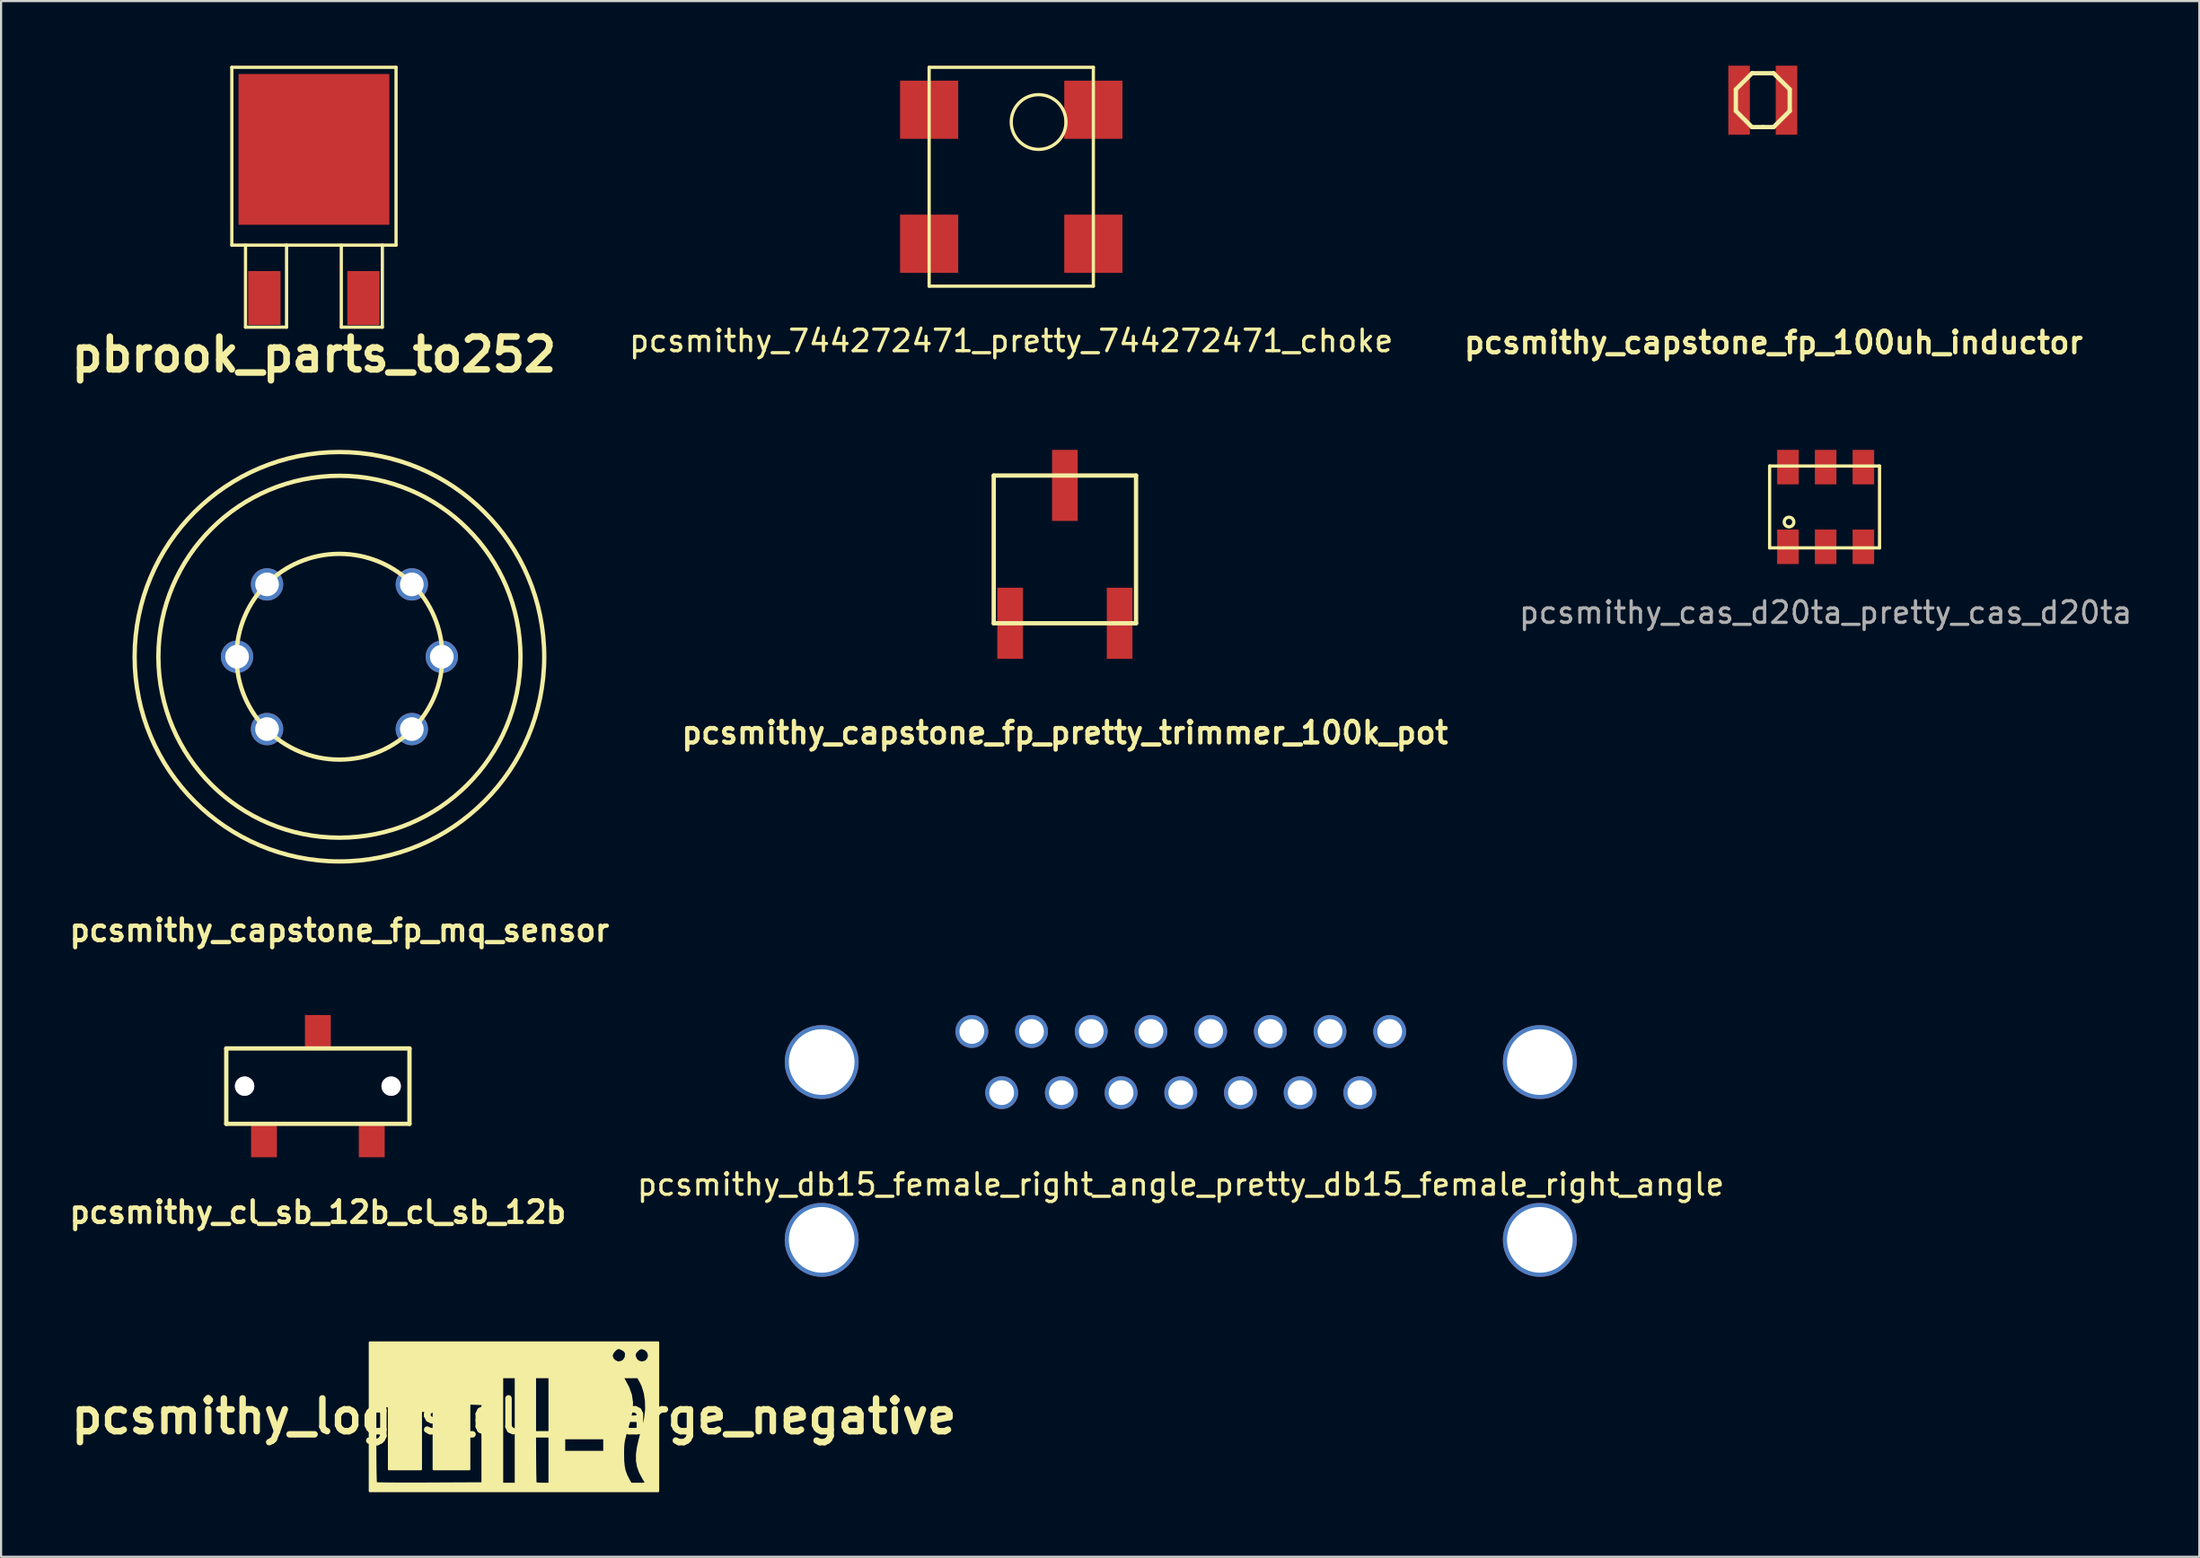
<source format=kicad_pcb>
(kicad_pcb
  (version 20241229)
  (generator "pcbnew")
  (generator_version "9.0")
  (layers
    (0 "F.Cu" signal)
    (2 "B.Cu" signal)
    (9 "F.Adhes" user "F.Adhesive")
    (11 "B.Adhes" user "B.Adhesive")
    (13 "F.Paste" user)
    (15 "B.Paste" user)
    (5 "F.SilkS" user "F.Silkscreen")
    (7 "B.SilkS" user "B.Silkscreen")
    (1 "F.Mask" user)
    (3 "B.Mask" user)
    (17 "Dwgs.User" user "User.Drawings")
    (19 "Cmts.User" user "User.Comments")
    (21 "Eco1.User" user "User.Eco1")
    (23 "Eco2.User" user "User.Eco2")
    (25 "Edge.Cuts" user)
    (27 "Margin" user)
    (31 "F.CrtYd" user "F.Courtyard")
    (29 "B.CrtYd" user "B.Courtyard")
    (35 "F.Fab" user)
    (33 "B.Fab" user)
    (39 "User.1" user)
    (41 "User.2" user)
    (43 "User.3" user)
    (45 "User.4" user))
  (footprint "pcsmithy_capstone_fp_pretty_trimmer_100k_pot"
    (layer "F.Cu")
    (at 43.822 25.886)
    (property "Reference" "pcsmithy_capstone_fp_pretty_trimmer_100k_pot" (at 2.54 5.08 0) (layer "F.SilkS") (effects (font (size 1 1) (thickness 0.2))))
    (attr through_hole)
    (fp_line (start -0.762 -6.858) (end 5.842 -6.858) (stroke (width 0.2) (type solid)) (layer "F.SilkS"))
    (fp_line (start -0.762 0) (end -0.762 -6.858) (stroke (width 0.2) (type solid)) (layer "F.SilkS"))
    (fp_line (start -0.762 0) (end 5.842 0) (stroke (width 0.2) (type solid)) (layer "F.SilkS"))
    (fp_line (start 5.842 0) (end 5.842 -6.858) (stroke (width 0.2) (type solid)) (layer "F.SilkS"))
    (pad "1" smd rect (at 0 0) (size 1.19 3.3) (layers "F.Cu" "F.Mask" "F.Paste"))
    (pad "2" smd rect (at 2.54 -6.4) (size 1.19 3.3) (layers "F.Cu" "F.Mask" "F.Paste"))
    (pad "3" smd rect (at 5.08 0) (size 1.19 3.3) (layers "F.Cu" "F.Mask" "F.Paste")))
  (footprint "pcsmithy_logos_ell_i_large_negative"
    (layer "F.Cu")
    (at 20.799 62.706)
    (property "Reference" "pcsmithy_logos_ell_i_large_negative" (at 0 0 0) (layer "F.SilkS") (effects (font (size 1.524 1.524) (thickness 0.3))))
    (attr through_hole)
    (fp_poly (pts (xy 6.689 3.471) (xy 6.265 3.471) (xy 6.265 -2.86) (xy 6.217 -2.997) (xy 6.114 -3.104) (xy 5.981 -3.159) (xy 5.883 -3.165) (xy 5.801 -3.13) (xy 5.712 -3.051) (xy 5.627 -2.954) (xy 5.597 -2.872) (xy 5.604 -2.782) (xy 5.669 -2.633) (xy 5.783 -2.536) (xy 5.924 -2.498) (xy 6.07 -2.525) (xy 6.167 -2.59) (xy 6.251 -2.718) (xy 6.265 -2.86) (xy 6.265 3.471) (xy 6.138 3.471) (xy 6.138 3.117) (xy 6.118 3.075) (xy 6.066 2.982) (xy 5.997 2.866) (xy 5.854 2.598) (xy 5.759 2.338) (xy 5.711 2.07) (xy 5.708 1.781) (xy 5.75 1.454) (xy 5.837 1.074) (xy 5.875 0.931) (xy 5.941 0.691) (xy 6.002 0.458) (xy 6.052 0.253) (xy 6.086 0.099) (xy 6.093 0.066) (xy 6.136 -0.323) (xy 6.127 -0.715) (xy 6.071 -1.088) (xy 5.968 -1.421) (xy 5.882 -1.598) (xy 5.756 -1.82) (xy 5.393 -1.82) (xy 5.201 -1.82) (xy 5.201 -2.91) (xy 5.181 -2.983) (xy 5.12 -3.054) (xy 5.014 -3.123) (xy 4.898 -3.168) (xy 4.846 -3.175) (xy 4.756 -3.14) (xy 4.658 -3.055) (xy 4.575 -2.945) (xy 4.532 -2.838) (xy 4.53 -2.816) (xy 4.568 -2.687) (xy 4.664 -2.576) (xy 4.795 -2.508) (xy 4.868 -2.498) (xy 5.017 -2.537) (xy 5.103 -2.602) (xy 5.191 -2.745) (xy 5.201 -2.91) (xy 5.201 -1.82) (xy 5.031 -1.82) (xy 5.116 -1.683) (xy 5.307 -1.324) (xy 5.426 -0.982) (xy 5.474 -0.642) (xy 5.46 -0.31) (xy 5.437 -0.175) (xy 5.394 0.019) (xy 5.336 0.248) (xy 5.27 0.491) (xy 5.245 0.579) (xy 5.173 0.825) (xy 5.123 1.015) (xy 5.091 1.171) (xy 5.072 1.318) (xy 5.063 1.479) (xy 5.06 1.679) (xy 5.06 1.757) (xy 5.066 2.073) (xy 5.091 2.327) (xy 5.137 2.543) (xy 5.212 2.744) (xy 5.318 2.951) (xy 5.319 2.953) (xy 5.422 3.133) (xy 5.78 3.133) (xy 5.942 3.131) (xy 6.066 3.126) (xy 6.132 3.12) (xy 6.138 3.117) (xy 6.138 3.471) (xy 4.191 3.471) (xy 4.191 1.651) (xy 4.191 1.333) (xy 4.191 1.016) (xy 3.26 1.016) (xy 2.328 1.016) (xy 2.328 1.333) (xy 2.328 1.651) (xy 3.26 1.651) (xy 4.191 1.651) (xy 4.191 3.471) (xy 1.651 3.471) (xy 1.651 3.133) (xy 1.651 0.656) (xy 1.651 -1.82) (xy 1.312 -1.82) (xy 0.974 -1.82) (xy 0.974 0.628) (xy 0.974 1.076) (xy 0.976 1.498) (xy 0.978 1.887) (xy 0.981 2.235) (xy 0.984 2.536) (xy 0.988 2.78) (xy 0.993 2.962) (xy 0.998 3.072) (xy 1.002 3.104) (xy 1.055 3.118) (xy 1.17 3.128) (xy 1.322 3.133) (xy 1.341 3.133) (xy 1.651 3.133) (xy 1.651 3.471) (xy 0.085 3.471) (xy 0.085 3.133) (xy 0.085 0.656) (xy 0.085 -1.82) (xy -0.233 -1.82) (xy -0.55 -1.82) (xy -0.55 0.656) (xy -0.55 3.133) (xy -0.233 3.133) (xy 0.085 3.133) (xy 0.085 3.471) (xy 0 3.471) (xy -1.46 3.471) (xy -1.46 3.111) (xy -1.46 1.27) (xy -1.46 -0.572) (xy -1.767 -0.584) (xy -2.074 -0.596) (xy -2.074 0.929) (xy -2.074 2.455) (xy -2.9 2.455) (xy -3.725 2.455) (xy -3.725 1.101) (xy -3.725 -0.254) (xy -4.022 -0.254) (xy -4.318 -0.254) (xy -4.318 1.101) (xy -4.318 2.455) (xy -5.059 2.455) (xy -5.8 2.455) (xy -5.8 0.995) (xy -5.8 -0.466) (xy -6.117 -0.466) (xy -6.435 -0.466) (xy -6.435 1.305) (xy -6.434 1.685) (xy -6.432 2.037) (xy -6.429 2.355) (xy -6.425 2.628) (xy -6.42 2.848) (xy -6.415 3.005) (xy -6.409 3.091) (xy -6.406 3.105) (xy -6.36 3.11) (xy -6.236 3.114) (xy -6.043 3.118) (xy -5.788 3.121) (xy -5.478 3.123) (xy -5.122 3.124) (xy -4.726 3.124) (xy -4.299 3.124) (xy -3.919 3.122) (xy -1.46 3.111) (xy -1.46 3.471) (xy -6.689 3.471) (xy -6.689 0.021) (xy -6.689 -3.429) (xy 0 -3.429) (xy 6.689 -3.429) (xy 6.689 0.021) (xy 6.689 3.471)) (stroke (width 0.1) (type solid)) (fill yes) (layer "F.SilkS")))
  (footprint "pcsmithy_db15_female_right_angle_pretty_db15_female_right_angle"
    (layer "F.Cu")
    (at 51.739 44.838)
    (property "Reference" "pcsmithy_db15_female_right_angle_pretty_db15_female_right_angle" (at 0 7.1 0) (layer "F.SilkS") (effects (font (size 1 1) (thickness 0.15))))
    (attr through_hole)
    (pad "" thru_hole circle (at -16.662 1.42) (size 3.429 3.429) (drill 3.048) (layers "*.Cu" "*.Mask"))
    (pad "" thru_hole circle (at -16.662 9.675) (size 3.429 3.429) (drill 3.048) (layers "*.Cu" "*.Mask"))
    (pad "" thru_hole circle (at 16.662 1.42) (size 3.429 3.429) (drill 3.048) (layers "*.Cu" "*.Mask"))
    (pad "" thru_hole circle (at 16.662 9.675) (size 3.429 3.429) (drill 3.048) (layers "*.Cu" "*.Mask"))
    (pad "1" thru_hole circle (at 9.695 0) (size 1.524 1.524) (drill 1.15) (layers "*.Cu" "*.Mask"))
    (pad "2" thru_hole circle (at 6.925 0) (size 1.524 1.524) (drill 1.15) (layers "*.Cu" "*.Mask"))
    (pad "3" thru_hole circle (at 4.155 0) (size 1.524 1.524) (drill 1.15) (layers "*.Cu" "*.Mask"))
    (pad "4" thru_hole circle (at 1.385 0) (size 1.524 1.524) (drill 1.15) (layers "*.Cu" "*.Mask"))
    (pad "5" thru_hole circle (at -1.385 0) (size 1.524 1.524) (drill 1.15) (layers "*.Cu" "*.Mask"))
    (pad "6" thru_hole circle (at -4.155 0) (size 1.524 1.524) (drill 1.15) (layers "*.Cu" "*.Mask"))
    (pad "7" thru_hole circle (at -6.925 0) (size 1.524 1.524) (drill 1.15) (layers "*.Cu" "*.Mask"))
    (pad "8" thru_hole circle (at -9.695 0) (size 1.524 1.524) (drill 1.15) (layers "*.Cu" "*.Mask"))
    (pad "9" thru_hole circle (at 8.31 2.84) (size 1.524 1.524) (drill 1.15) (layers "*.Cu" "*.Mask"))
    (pad "10" thru_hole circle (at 5.54 2.84) (size 1.524 1.524) (drill 1.15) (layers "*.Cu" "*.Mask"))
    (pad "11" thru_hole circle (at 2.77 2.84) (size 1.524 1.524) (drill 1.15) (layers "*.Cu" "*.Mask"))
    (pad "12" thru_hole circle (at 0 2.84) (size 1.524 1.524) (drill 1.15) (layers "*.Cu" "*.Mask"))
    (pad "13" thru_hole circle (at -2.77 2.84) (size 1.524 1.524) (drill 1.15) (layers "*.Cu" "*.Mask"))
    (pad "14" thru_hole circle (at -5.54 2.84) (size 1.524 1.524) (drill 1.15) (layers "*.Cu" "*.Mask"))
    (pad "15" thru_hole circle (at -8.31 2.84) (size 1.524 1.524) (drill 1.15) (layers "*.Cu" "*.Mask")))
  (footprint "pbrook_parts_to252"
    (layer "F.Cu")
    (at 11.517 3.885)
    (property "Reference" "pbrook_parts_to252" (at 0 9.525 0) (layer "F.SilkS") (effects (font (size 1.524 1.524) (thickness 0.305))))
    (attr through_hole)
    (fp_line (start -3.81 -3.81) (end 3.81 -3.81) (stroke (width 0.15) (type solid)) (layer "F.SilkS"))
    (fp_line (start -3.81 4.445) (end -3.81 -3.81) (stroke (width 0.15) (type solid)) (layer "F.SilkS"))
    (fp_line (start -3.175 4.445) (end -3.175 8.255) (stroke (width 0.15) (type solid)) (layer "F.SilkS"))
    (fp_line (start -3.175 8.255) (end -1.27 8.255) (stroke (width 0.15) (type solid)) (layer "F.SilkS"))
    (fp_line (start -1.27 8.255) (end -1.27 4.445) (stroke (width 0.15) (type solid)) (layer "F.SilkS"))
    (fp_line (start 1.27 4.445) (end 1.27 8.255) (stroke (width 0.15) (type solid)) (layer "F.SilkS"))
    (fp_line (start 1.27 8.255) (end 3.175 8.255) (stroke (width 0.15) (type solid)) (layer "F.SilkS"))
    (fp_line (start 3.175 8.255) (end 3.175 4.445) (stroke (width 0.15) (type solid)) (layer "F.SilkS"))
    (fp_line (start 3.81 -3.81) (end 3.81 4.445) (stroke (width 0.15) (type solid)) (layer "F.SilkS"))
    (fp_line (start 3.81 4.445) (end -3.81 4.445) (stroke (width 0.15) (type solid)) (layer "F.SilkS"))
    (pad "D" smd rect (at 0 0) (size 7 7) (layers "F.Cu" "F.Mask" "F.Paste"))
    (pad "G" smd rect (at -2.3 6.9) (size 1.5 2.5) (layers "F.Cu" "F.Mask" "F.Paste"))
    (pad "S" smd rect (at 2.3 6.9) (size 1.5 2.5) (layers "F.Cu" "F.Mask" "F.Paste")))
  (footprint "pcsmithy_capstone_fp_mq_sensor"
    (layer "F.Cu")
    (at 12.7 27.44)
    (property "Reference" "pcsmithy_capstone_fp_mq_sensor" (at 0 12.7 0) (layer "F.SilkS") (effects (font (size 1 1) (thickness 0.2))))
    (attr through_hole)
    (fp_circle (center 0 0) (end 4.75 -0.5) (stroke (width 0.2) (type solid)) (fill no) (layer "F.SilkS"))
    (fp_circle (center 0 0) (end 8.4 -0.1) (stroke (width 0.2) (type solid)) (fill no) (layer "F.SilkS"))
    (fp_circle (center 0 0) (end 9.5 0.25) (stroke (width 0.2) (type solid)) (fill no) (layer "F.SilkS"))
    (pad "1" thru_hole circle (at -3.359 -3.359) (size 1.5 1.5) (drill 1.1) (layers "*.Cu" "*.Mask"))
    (pad "2" thru_hole circle (at -4.75 0) (size 1.5 1.5) (drill 1.1) (layers "*.Cu" "*.Mask"))
    (pad "3" thru_hole circle (at -3.359 3.359) (size 1.5 1.5) (drill 1.1) (layers "*.Cu" "*.Mask"))
    (pad "4" thru_hole circle (at 3.359 3.359) (size 1.5 1.5) (drill 1.1) (layers "*.Cu" "*.Mask"))
    (pad "5" thru_hole circle (at 4.75 0) (size 1.5 1.5) (drill 1.1) (layers "*.Cu" "*.Mask"))
    (pad "6" thru_hole circle (at 3.359 -3.359) (size 1.5 1.5) (drill 1.1) (layers "*.Cu" "*.Mask")))
  (footprint "pcsmithy_744272471_pretty_744272471_choke"
    (layer "F.Cu")
    (at 43.873 5.155)
    (property "Reference" "pcsmithy_744272471_pretty_744272471_choke" (at 0 7.62 0) (layer "F.SilkS") (effects (font (size 1 1) (thickness 0.15))))
    (attr through_hole)
    (fp_line (start -3.81 -5.08) (end -3.81 5.08) (stroke (width 0.15) (type solid)) (layer "F.SilkS"))
    (fp_line (start -3.81 5.08) (end 3.81 5.08) (stroke (width 0.15) (type solid)) (layer "F.SilkS"))
    (fp_line (start 3.81 -5.08) (end -3.81 -5.08) (stroke (width 0.15) (type solid)) (layer "F.SilkS"))
    (fp_line (start 3.81 5.08) (end 3.81 -5.08) (stroke (width 0.15) (type solid)) (layer "F.SilkS"))
    (fp_circle (center 1.27 -2.54) (end 1.27 -1.27) (stroke (width 0.15) (type solid)) (fill no) (layer "F.SilkS"))
    (pad "1" smd rect (at 3.81 -3.11) (size 2.7 2.7) (layers "F.Cu" "F.Mask" "F.Paste"))
    (pad "2" smd rect (at -3.81 -3.11) (size 2.7 2.7) (layers "F.Cu" "F.Mask" "F.Paste"))
    (pad "3" smd rect (at -3.81 3.11) (size 2.7 2.7) (layers "F.Cu" "F.Mask" "F.Paste"))
    (pad "4" smd rect (at 3.81 3.11) (size 2.7 2.7) (layers "F.Cu" "F.Mask" "F.Paste")))
  (footprint "pcsmithy_cl_sb_12b_cl_sb_12b"
    (layer "F.Cu")
    (at 11.7 47.376)
    (property "Reference" "pcsmithy_cl_sb_12b_cl_sb_12b" (at 0 5.85 0) (layer "F.SilkS") (effects (font (size 1 1) (thickness 0.2))))
    (attr through_hole)
    (fp_line (start -4.25 -1.75) (end 4.25 -1.75) (stroke (width 0.2) (type solid)) (layer "F.SilkS"))
    (fp_line (start -4.25 1.75) (end -4.25 -1.75) (stroke (width 0.2) (type solid)) (layer "F.SilkS"))
    (fp_line (start 4.25 -1.75) (end 4.25 1.75) (stroke (width 0.2) (type solid)) (layer "F.SilkS"))
    (fp_line (start 4.25 1.75) (end -4.25 1.75) (stroke (width 0.2) (type solid)) (layer "F.SilkS"))
    (pad "" thru_hole circle (at -3.4 0) (size 0.9 0.9) (drill 0.9) (layers "*.Cu" "*.Mask"))
    (pad "" thru_hole circle (at 3.4 0) (size 0.9 0.9) (drill 0.9) (layers "*.Cu" "*.Mask"))
    (pad "1" smd rect (at -2.5 2.5) (size 1.2 1.6) (layers "F.Cu" "F.Mask" "F.Paste"))
    (pad "2" smd rect (at 0 -2.5) (size 1.2 1.6) (layers "F.Cu" "F.Mask" "F.Paste"))
    (pad "3" smd rect (at 2.5 2.5) (size 1.2 1.6) (layers "F.Cu" "F.Mask" "F.Paste")))
  (footprint "pcsmithy_capstone_fp_100uh_inductor"
    (layer "F.Cu")
    (at 78.746 1.6)
    (property "Reference" "pcsmithy_capstone_fp_100uh_inductor" (at 0.5 11.25 0) (layer "F.SilkS") (effects (font (size 1 1) (thickness 0.2))))
    (attr through_hole)
    (fp_line (start -1.25 -0.5) (end -0.5 -1.25) (stroke (width 0.2) (type solid)) (layer "F.SilkS"))
    (fp_line (start -1.25 0.5) (end -1.25 -0.5) (stroke (width 0.2) (type solid)) (layer "F.SilkS"))
    (fp_line (start -0.5 -1.25) (end 0.5 -1.25) (stroke (width 0.2) (type solid)) (layer "F.SilkS"))
    (fp_line (start -0.5 1.25) (end -1.25 0.5) (stroke (width 0.2) (type solid)) (layer "F.SilkS"))
    (fp_line (start 0 1.25) (end -0.5 1.25) (stroke (width 0.2) (type solid)) (layer "F.SilkS"))
    (fp_line (start 0.5 -1.25) (end 1.25 -0.5) (stroke (width 0.2) (type solid)) (layer "F.SilkS"))
    (fp_line (start 0.5 1.25) (end 0 1.25) (stroke (width 0.2) (type solid)) (layer "F.SilkS"))
    (fp_line (start 1.25 -0.5) (end 1.25 0.5) (stroke (width 0.2) (type solid)) (layer "F.SilkS"))
    (fp_line (start 1.25 0.5) (end 0.5 1.25) (stroke (width 0.2) (type solid)) (layer "F.SilkS"))
    (pad "1" smd rect (at -1.1 0) (size 1 3.2) (layers "F.Cu" "F.Mask" "F.Paste"))
    (pad "2" smd rect (at 1.1 0) (size 1 3.2) (layers "F.Cu" "F.Mask" "F.Paste")))
  (footprint "pcsmithy_cas_d20ta_pretty_cas_d20ta"
    (layer "F.Cu")
    (at 81.663 20.486)
    (property "Reference" "pcsmithy_cas_d20ta_pretty_cas_d20ta" (at 0 4.9 0) (layer "F.Fab") (effects (font (size 1 1) (thickness 0.15))))
    (attr through_hole)
    (fp_line (start -2.6 -1.9) (end -2.6 1.9) (stroke (width 0.15) (type solid)) (layer "F.SilkS"))
    (fp_line (start -2.6 1.9) (end 2.5 1.9) (stroke (width 0.15) (type solid)) (layer "F.SilkS"))
    (fp_line (start 2.5 -1.9) (end -2.6 -1.9) (stroke (width 0.15) (type solid)) (layer "F.SilkS"))
    (fp_line (start 2.5 1.9) (end 2.5 -1.9) (stroke (width 0.15) (type solid)) (layer "F.SilkS"))
    (fp_circle (center -1.7 0.7) (end -1.5 0.8) (stroke (width 0.15) (type solid)) (fill no) (layer "F.SilkS"))
    (pad "1" smd rect (at -1.75 1.85) (size 1 1.6) (layers "F.Cu" "F.Mask" "F.Paste"))
    (pad "2" smd rect (at 0 1.85) (size 1 1.6) (layers "F.Cu" "F.Mask" "F.Paste"))
    (pad "3" smd rect (at 1.75 1.85) (size 1 1.6) (layers "F.Cu" "F.Mask" "F.Paste"))
    (pad "4" smd rect (at -1.75 -1.85) (size 1 1.6) (layers "F.Cu" "F.Mask" "F.Paste"))
    (pad "5" smd rect (at 0 -1.85) (size 1 1.6) (layers "F.Cu" "F.Mask" "F.Paste"))
    (pad "6" smd rect (at 1.75 -1.85) (size 1 1.6) (layers "F.Cu" "F.Mask" "F.Paste")))
  (gr_rect
    (start -3 -3)
    (end 99.002 69.228)
    (stroke (width 0.1) (type default))
    (fill no)
    (layer "Edge.Cuts")))
</source>
